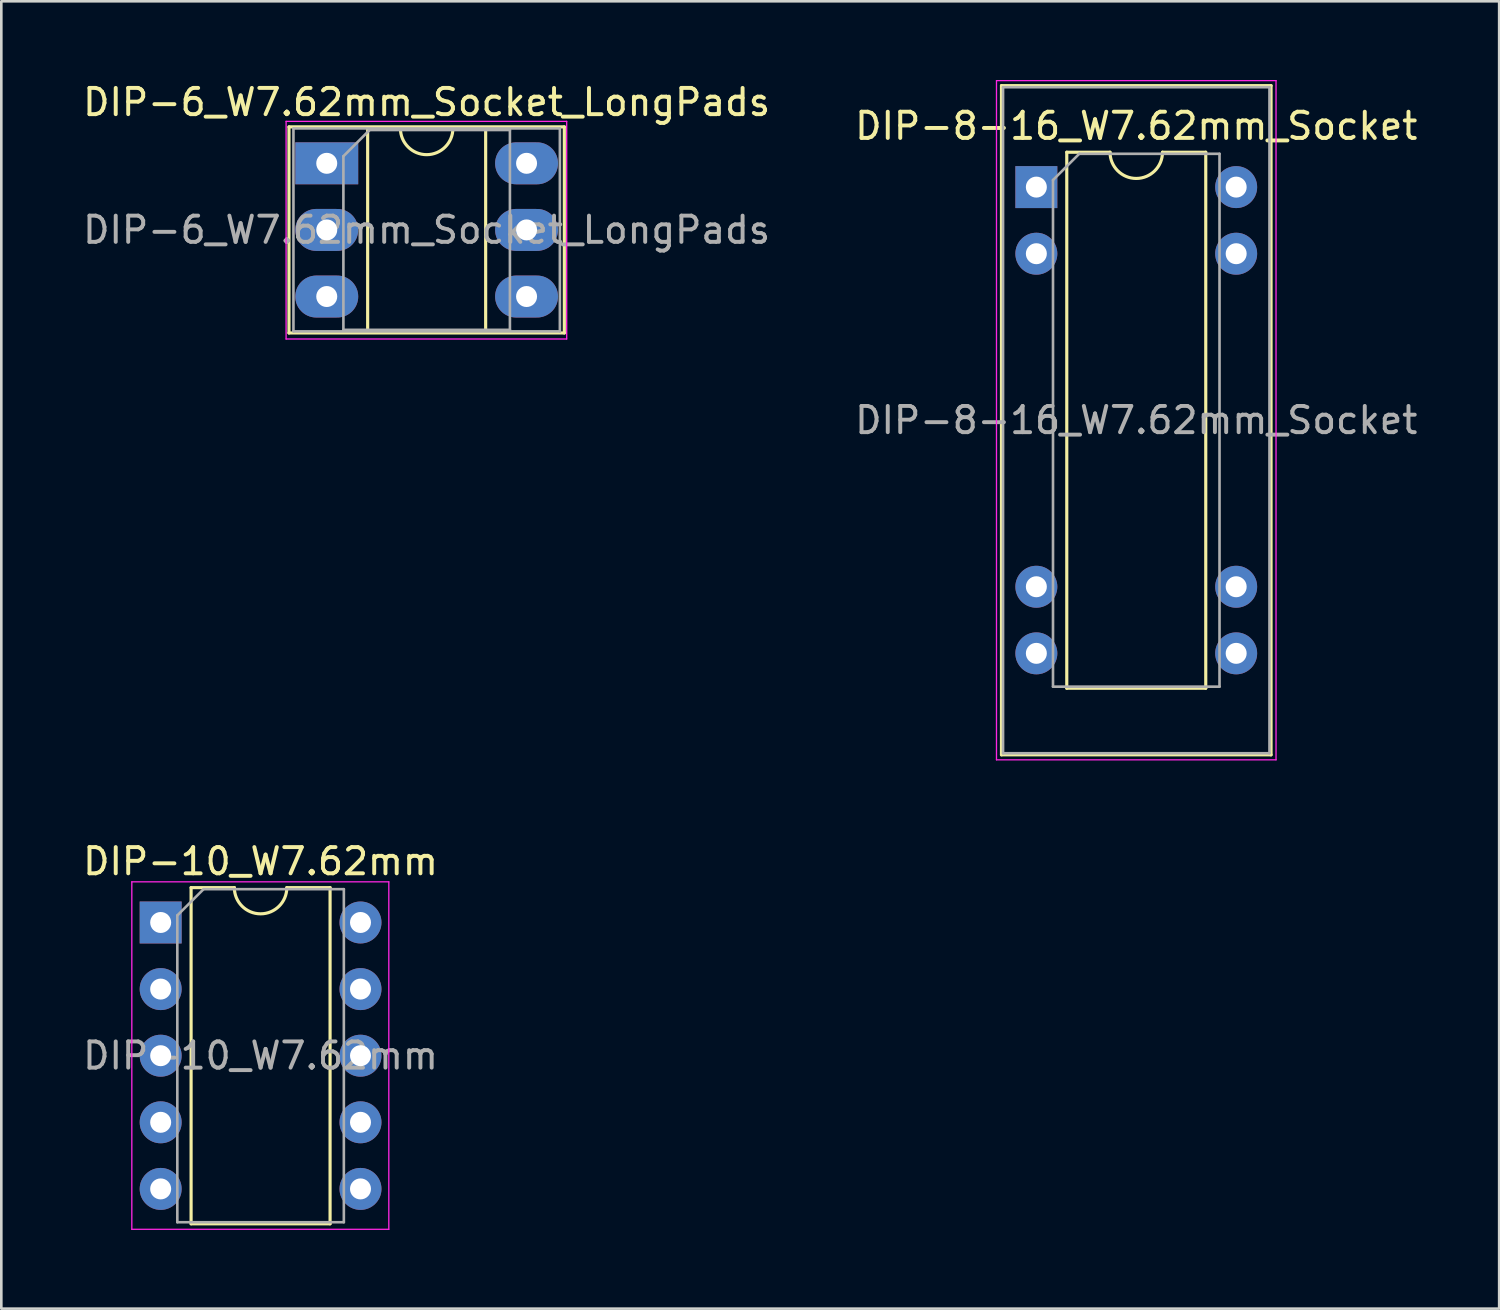
<source format=kicad_pcb>
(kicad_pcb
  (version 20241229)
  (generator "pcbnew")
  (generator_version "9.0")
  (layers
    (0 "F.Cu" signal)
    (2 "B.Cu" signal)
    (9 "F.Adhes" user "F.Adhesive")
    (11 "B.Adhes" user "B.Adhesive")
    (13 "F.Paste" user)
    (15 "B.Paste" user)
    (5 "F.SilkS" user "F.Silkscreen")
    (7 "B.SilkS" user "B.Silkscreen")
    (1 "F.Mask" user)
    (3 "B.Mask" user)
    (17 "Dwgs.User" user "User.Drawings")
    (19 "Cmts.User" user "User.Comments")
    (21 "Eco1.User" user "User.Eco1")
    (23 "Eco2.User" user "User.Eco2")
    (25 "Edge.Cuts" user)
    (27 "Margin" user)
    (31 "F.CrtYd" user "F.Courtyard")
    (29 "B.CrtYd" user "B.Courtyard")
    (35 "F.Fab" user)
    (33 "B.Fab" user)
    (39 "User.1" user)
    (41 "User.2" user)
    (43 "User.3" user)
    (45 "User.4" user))
  (footprint "DIP-8-16_W7.62mm_Socket"
    (layer "F.Cu")
    (at 36.47 4.085)
    (property "Reference" "DIP-8-16_W7.62mm_Socket" (at 3.81 -2.33 0) (layer "F.SilkS") (effects (font (size 1 1) (thickness 0.15))))
    (attr through_hole)
    (fp_line (start -1.33 -3.87) (end -1.33 21.65) (stroke (width 0.12) (type solid)) (layer "F.SilkS"))
    (fp_line (start -1.33 21.65) (end 8.95 21.65) (stroke (width 0.12) (type solid)) (layer "F.SilkS"))
    (fp_line (start 1.16 -1.33) (end 1.16 19.11) (stroke (width 0.12) (type solid)) (layer "F.SilkS"))
    (fp_line (start 1.16 19.11) (end 6.46 19.11) (stroke (width 0.12) (type solid)) (layer "F.SilkS"))
    (fp_line (start 2.81 -1.33) (end 1.16 -1.33) (stroke (width 0.12) (type solid)) (layer "F.SilkS"))
    (fp_line (start 6.46 -1.33) (end 4.81 -1.33) (stroke (width 0.12) (type solid)) (layer "F.SilkS"))
    (fp_line (start 6.46 19.11) (end 6.46 -1.33) (stroke (width 0.12) (type solid)) (layer "F.SilkS"))
    (fp_line (start 8.95 -3.87) (end -1.33 -3.87) (stroke (width 0.12) (type solid)) (layer "F.SilkS"))
    (fp_line (start 8.95 21.65) (end 8.95 -3.87) (stroke (width 0.12) (type solid)) (layer "F.SilkS"))
    (fp_arc (start 4.81 -1.33) (mid 3.81 -0.33) (end 2.81 -1.33) (stroke (width 0.12) (type solid)) (layer "F.SilkS"))
    (fp_line (start -1.52 -4.06) (end -1.52 21.84) (stroke (width 0.05) (type solid)) (layer "F.CrtYd"))
    (fp_line (start -1.52 21.84) (end 9.14 21.84) (stroke (width 0.05) (type solid)) (layer "F.CrtYd"))
    (fp_line (start 9.14 -4.06) (end -1.52 -4.06) (stroke (width 0.05) (type solid)) (layer "F.CrtYd"))
    (fp_line (start 9.14 21.84) (end 9.14 -4.06) (stroke (width 0.05) (type solid)) (layer "F.CrtYd"))
    (fp_line (start -1.27 -3.81) (end -1.27 21.59) (stroke (width 0.1) (type solid)) (layer "F.Fab"))
    (fp_line (start -1.27 21.59) (end 8.89 21.59) (stroke (width 0.1) (type solid)) (layer "F.Fab"))
    (fp_line (start 0.635 -0.27) (end 1.635 -1.27) (stroke (width 0.1) (type solid)) (layer "F.Fab"))
    (fp_line (start 0.635 19.05) (end 0.635 -0.27) (stroke (width 0.1) (type solid)) (layer "F.Fab"))
    (fp_line (start 1.635 -1.27) (end 6.985 -1.27) (stroke (width 0.1) (type solid)) (layer "F.Fab"))
    (fp_line (start 6.985 -1.27) (end 6.985 19.05) (stroke (width 0.1) (type solid)) (layer "F.Fab"))
    (fp_line (start 6.985 19.05) (end 0.635 19.05) (stroke (width 0.1) (type solid)) (layer "F.Fab"))
    (fp_line (start 8.89 -3.81) (end -1.27 -3.81) (stroke (width 0.1) (type solid)) (layer "F.Fab"))
    (fp_line (start 8.89 21.59) (end 8.89 -3.81) (stroke (width 0.1) (type solid)) (layer "F.Fab"))
    (fp_text user "${REFERENCE}" (at 3.81 8.89 0) (layer "F.Fab") (effects (font (size 1 1) (thickness 0.15))))
    (pad "1" thru_hole rect (at 0 0) (size 1.6 1.6) (drill 0.8) (layers "*.Cu" "*.Mask"))
    (pad "2" thru_hole circle (at 0 2.54) (size 1.6 1.6) (drill 0.8) (layers "*.Cu" "*.Mask"))
    (pad "3" thru_hole circle (at 0 15.24) (size 1.6 1.6) (drill 0.8) (layers "*.Cu" "*.Mask"))
    (pad "4" thru_hole circle (at 0 17.78) (size 1.6 1.6) (drill 0.8) (layers "*.Cu" "*.Mask"))
    (pad "5" thru_hole circle (at 7.62 17.78) (size 1.6 1.6) (drill 0.8) (layers "*.Cu" "*.Mask"))
    (pad "6" thru_hole circle (at 7.62 15.24) (size 1.6 1.6) (drill 0.8) (layers "*.Cu" "*.Mask"))
    (pad "7" thru_hole circle (at 7.62 2.54) (size 1.6 1.6) (drill 0.8) (layers "*.Cu" "*.Mask"))
    (pad "8" thru_hole circle (at 7.62 0) (size 1.6 1.6) (drill 0.8) (layers "*.Cu" "*.Mask")))
  (footprint "DIP-10_W7.62mm"
    (layer "F.Cu")
    (at 3.077 32.128)
    (property "Reference" "DIP-10_W7.62mm" (at 3.81 -2.33 0) (layer "F.SilkS") (effects (font (size 1 1) (thickness 0.15))))
    (attr through_hole)
    (fp_line (start 1.16 -1.33) (end 1.16 11.49) (stroke (width 0.12) (type solid)) (layer "F.SilkS"))
    (fp_line (start 1.16 11.49) (end 6.46 11.49) (stroke (width 0.12) (type solid)) (layer "F.SilkS"))
    (fp_line (start 2.81 -1.33) (end 1.16 -1.33) (stroke (width 0.12) (type solid)) (layer "F.SilkS"))
    (fp_line (start 6.46 -1.33) (end 4.81 -1.33) (stroke (width 0.12) (type solid)) (layer "F.SilkS"))
    (fp_line (start 6.46 11.49) (end 6.46 -1.33) (stroke (width 0.12) (type solid)) (layer "F.SilkS"))
    (fp_arc (start 4.81 -1.33) (mid 3.81 -0.33) (end 2.81 -1.33) (stroke (width 0.12) (type solid)) (layer "F.SilkS"))
    (fp_line (start -1.1 -1.55) (end -1.1 11.7) (stroke (width 0.05) (type solid)) (layer "F.CrtYd"))
    (fp_line (start -1.1 11.7) (end 8.7 11.7) (stroke (width 0.05) (type solid)) (layer "F.CrtYd"))
    (fp_line (start 8.7 -1.55) (end -1.1 -1.55) (stroke (width 0.05) (type solid)) (layer "F.CrtYd"))
    (fp_line (start 8.7 11.7) (end 8.7 -1.55) (stroke (width 0.05) (type solid)) (layer "F.CrtYd"))
    (fp_line (start 0.635 -0.27) (end 1.635 -1.27) (stroke (width 0.1) (type solid)) (layer "F.Fab"))
    (fp_line (start 0.635 11.43) (end 0.635 -0.27) (stroke (width 0.1) (type solid)) (layer "F.Fab"))
    (fp_line (start 1.635 -1.27) (end 6.985 -1.27) (stroke (width 0.1) (type solid)) (layer "F.Fab"))
    (fp_line (start 6.985 -1.27) (end 6.985 11.43) (stroke (width 0.1) (type solid)) (layer "F.Fab"))
    (fp_line (start 6.985 11.43) (end 0.635 11.43) (stroke (width 0.1) (type solid)) (layer "F.Fab"))
    (fp_text user "${REFERENCE}" (at 3.81 5.08 0) (layer "F.Fab") (effects (font (size 1 1) (thickness 0.15))))
    (pad "1" thru_hole rect (at 0 0) (size 1.6 1.6) (drill 0.8) (layers "*.Cu" "*.Mask"))
    (pad "2" thru_hole oval (at 0 2.54) (size 1.6 1.6) (drill 0.8) (layers "*.Cu" "*.Mask"))
    (pad "3" thru_hole oval (at 0 5.08) (size 1.6 1.6) (drill 0.8) (layers "*.Cu" "*.Mask"))
    (pad "4" thru_hole oval (at 0 7.62) (size 1.6 1.6) (drill 0.8) (layers "*.Cu" "*.Mask"))
    (pad "5" thru_hole oval (at 0 10.16) (size 1.6 1.6) (drill 0.8) (layers "*.Cu" "*.Mask"))
    (pad "6" thru_hole oval (at 7.62 10.16) (size 1.6 1.6) (drill 0.8) (layers "*.Cu" "*.Mask"))
    (pad "7" thru_hole oval (at 7.62 7.62) (size 1.6 1.6) (drill 0.8) (layers "*.Cu" "*.Mask"))
    (pad "8" thru_hole oval (at 7.62 5.08) (size 1.6 1.6) (drill 0.8) (layers "*.Cu" "*.Mask"))
    (pad "9" thru_hole oval (at 7.62 2.54) (size 1.6 1.6) (drill 0.8) (layers "*.Cu" "*.Mask"))
    (pad "10" thru_hole oval (at 7.62 0) (size 1.6 1.6) (drill 0.8) (layers "*.Cu" "*.Mask")))
  (footprint "DIP-6_W7.62mm_Socket_LongPads"
    (layer "F.Cu")
    (at 9.41 3.178)
    (property "Reference" "DIP-6_W7.62mm_Socket_LongPads" (at 3.81 -2.33 0) (layer "F.SilkS") (effects (font (size 1 1) (thickness 0.15))))
    (attr through_hole)
    (fp_line (start -1.44 -1.39) (end -1.44 6.47) (stroke (width 0.12) (type solid)) (layer "F.SilkS"))
    (fp_line (start -1.44 6.47) (end 9.06 6.47) (stroke (width 0.12) (type solid)) (layer "F.SilkS"))
    (fp_line (start 1.56 -1.33) (end 1.56 6.41) (stroke (width 0.12) (type solid)) (layer "F.SilkS"))
    (fp_line (start 1.56 6.41) (end 6.06 6.41) (stroke (width 0.12) (type solid)) (layer "F.SilkS"))
    (fp_line (start 2.81 -1.33) (end 1.56 -1.33) (stroke (width 0.12) (type solid)) (layer "F.SilkS"))
    (fp_line (start 6.06 -1.33) (end 4.81 -1.33) (stroke (width 0.12) (type solid)) (layer "F.SilkS"))
    (fp_line (start 6.06 6.41) (end 6.06 -1.33) (stroke (width 0.12) (type solid)) (layer "F.SilkS"))
    (fp_line (start 9.06 -1.39) (end -1.44 -1.39) (stroke (width 0.12) (type solid)) (layer "F.SilkS"))
    (fp_line (start 9.06 6.47) (end 9.06 -1.39) (stroke (width 0.12) (type solid)) (layer "F.SilkS"))
    (fp_arc (start 4.81 -1.33) (mid 3.81 -0.33) (end 2.81 -1.33) (stroke (width 0.12) (type solid)) (layer "F.SilkS"))
    (fp_line (start -1.55 -1.6) (end -1.55 6.7) (stroke (width 0.05) (type solid)) (layer "F.CrtYd"))
    (fp_line (start -1.55 6.7) (end 9.15 6.7) (stroke (width 0.05) (type solid)) (layer "F.CrtYd"))
    (fp_line (start 9.15 -1.6) (end -1.55 -1.6) (stroke (width 0.05) (type solid)) (layer "F.CrtYd"))
    (fp_line (start 9.15 6.7) (end 9.15 -1.6) (stroke (width 0.05) (type solid)) (layer "F.CrtYd"))
    (fp_line (start -1.27 -1.33) (end -1.27 6.41) (stroke (width 0.1) (type solid)) (layer "F.Fab"))
    (fp_line (start -1.27 6.41) (end 8.89 6.41) (stroke (width 0.1) (type solid)) (layer "F.Fab"))
    (fp_line (start 0.635 -0.27) (end 1.635 -1.27) (stroke (width 0.1) (type solid)) (layer "F.Fab"))
    (fp_line (start 0.635 6.35) (end 0.635 -0.27) (stroke (width 0.1) (type solid)) (layer "F.Fab"))
    (fp_line (start 1.635 -1.27) (end 6.985 -1.27) (stroke (width 0.1) (type solid)) (layer "F.Fab"))
    (fp_line (start 6.985 -1.27) (end 6.985 6.35) (stroke (width 0.1) (type solid)) (layer "F.Fab"))
    (fp_line (start 6.985 6.35) (end 0.635 6.35) (stroke (width 0.1) (type solid)) (layer "F.Fab"))
    (fp_line (start 8.89 -1.33) (end -1.27 -1.33) (stroke (width 0.1) (type solid)) (layer "F.Fab"))
    (fp_line (start 8.89 6.41) (end 8.89 -1.33) (stroke (width 0.1) (type solid)) (layer "F.Fab"))
    (fp_text user "${REFERENCE}" (at 3.81 2.54 0) (layer "F.Fab") (effects (font (size 1 1) (thickness 0.15))))
    (pad "1" thru_hole rect (at 0 0) (size 2.4 1.6) (drill 0.8) (layers "*.Cu" "*.Mask"))
    (pad "2" thru_hole oval (at 0 2.54) (size 2.4 1.6) (drill 0.8) (layers "*.Cu" "*.Mask"))
    (pad "3" thru_hole oval (at 0 5.08) (size 2.4 1.6) (drill 0.8) (layers "*.Cu" "*.Mask"))
    (pad "4" thru_hole oval (at 7.62 5.08) (size 2.4 1.6) (drill 0.8) (layers "*.Cu" "*.Mask"))
    (pad "5" thru_hole oval (at 7.62 2.54) (size 2.4 1.6) (drill 0.8) (layers "*.Cu" "*.Mask"))
    (pad "6" thru_hole oval (at 7.62 0) (size 2.4 1.6) (drill 0.8) (layers "*.Cu" "*.Mask")))
  (gr_rect
    (start -3 -3)
    (end 54.119 46.853)
    (stroke (width 0.1) (type default))
    (fill no)
    (layer "Edge.Cuts")))
</source>
